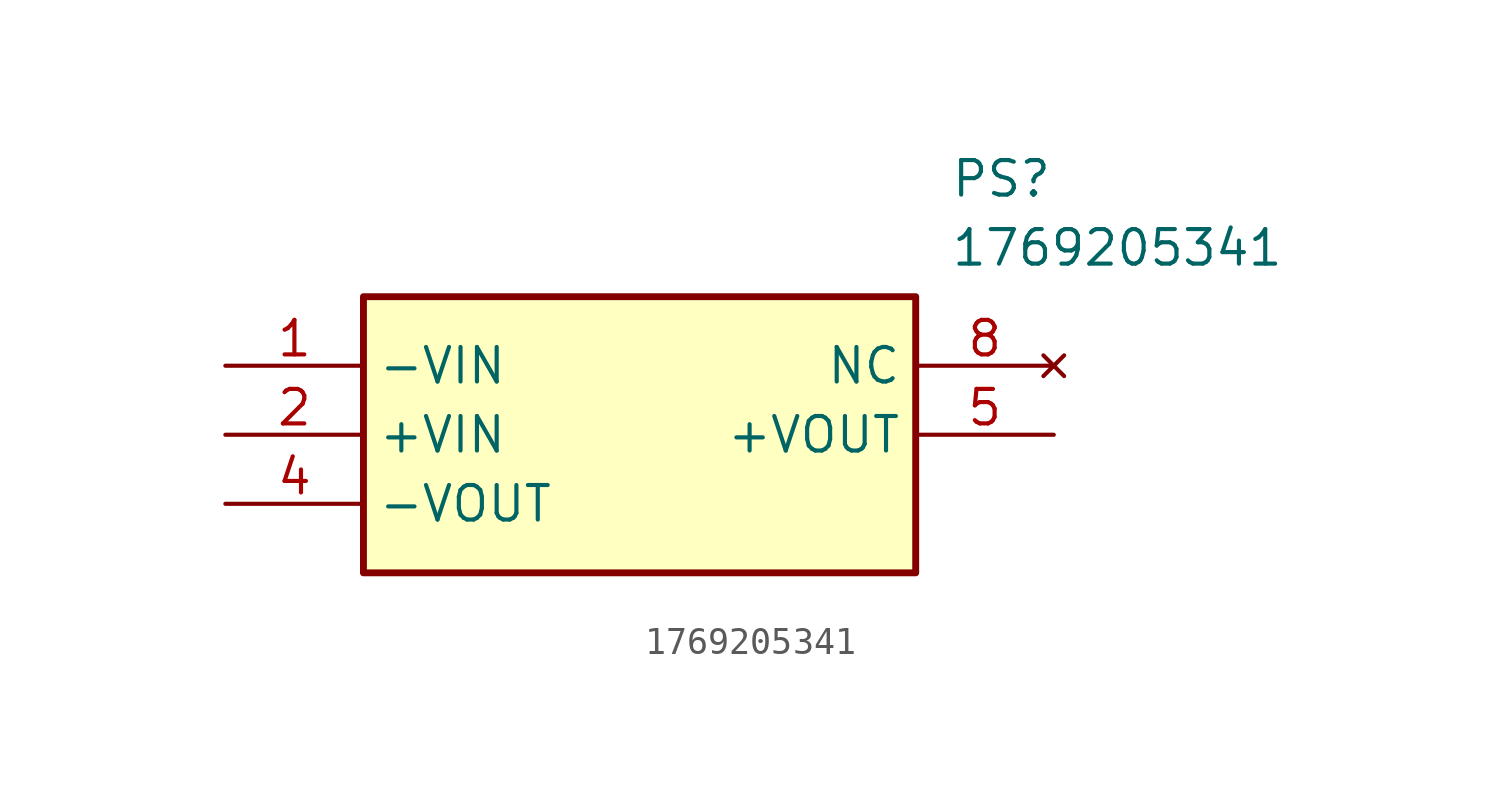
<source format=kicad_sym>
(kicad_symbol_lib
  (version 20211014)
  (generator SamacSys_ECAD_Model)
  (symbol "1769205341"
    (property "Reference" "PS"
      (at 26.67 7.62 0)
      (effects (font (size 1.27 1.27)) (justify left top)))
    (property "Value" "1769205341"
      (at 26.67 5.08 0)
      (effects (font (size 1.27 1.27)) (justify left top)))
    (rectangle
      (start 5.08 2.54)
      (end 25.4 -7.62)
      (stroke (width 0.254) (type default))
      (fill (type background)))
    (pin passive line
      (at 0 0 0)
      (length 5.08)
      (name "-VIN" (effects (font (size 1.27 1.27))))
      (number "1" (effects (font (size 1.27 1.27)))))
    (pin passive line
      (at 0 -2.54 0)
      (length 5.08)
      (name "+VIN" (effects (font (size 1.27 1.27))))
      (number "2" (effects (font (size 1.27 1.27)))))
    (pin passive line
      (at 0 -5.08 0)
      (length 5.08)
      (name "-VOUT" (effects (font (size 1.27 1.27))))
      (number "4" (effects (font (size 1.27 1.27)))))
    (pin passive line
      (at 30.48 -2.54 180)
      (length 5.08)
      (name "+VOUT" (effects (font (size 1.27 1.27))))
      (number "5" (effects (font (size 1.27 1.27)))))
    (pin no_connect line
      (at 30.48 0 180)
      (length 5.08)
      (name "NC" (effects (font (size 1.27 1.27))))
      (number "8" (effects (font (size 1.27 1.27)))))))
</source>
